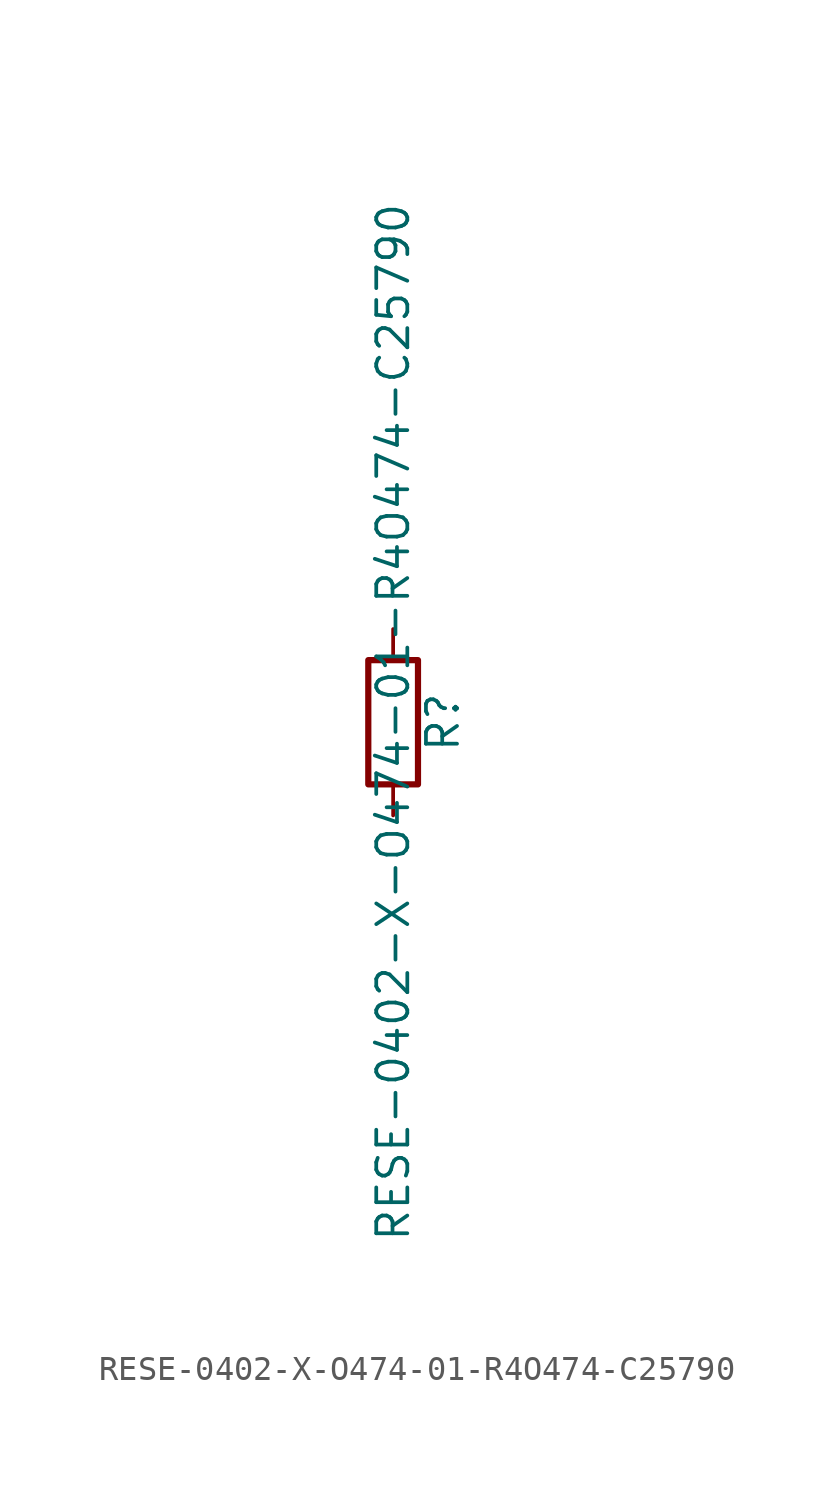
<source format=kicad_sym>
(kicad_symbol_lib
  (version 20211014)
  (generator kicad_symbol_editor)
  (symbol "RESE-0402-X-O474-01-R4O474-C25790"
    (pin_numbers hide)
    (pin_names
      (offset 0))
    (property "Reference" "R"
      (at 2.032 0 90)
      (effects (font (size 1.27 1.27))))
    (property "Value" "RESE-0402-X-O474-01-R4O474-C25790"
      (at 0 0 90)
      (effects (font (size 1.27 1.27))))
    (symbol "RESE-0402-X-O474-01-R4O474-C25790_0_1"
      (rectangle (start -1.016 -2.54) (end 1.016 2.54) (stroke (width 0.254) (type default) (color 0 0 0 0)) (fill (type none))))
    (symbol "RESE-0402-X-O474-01-R4O474-C25790_1_1"
      (pin passive line (at 0 3.81 270) (length 1.27) (name "~" (effects (font (size 1.27 1.27)))) (number "1" (effects (font (size 1.27 1.27)))))
      (pin passive line (at 0 -3.81 90) (length 1.27) (name "~" (effects (font (size 1.27 1.27)))) (number "2" (effects (font (size 1.27 1.27))))))))
</source>
